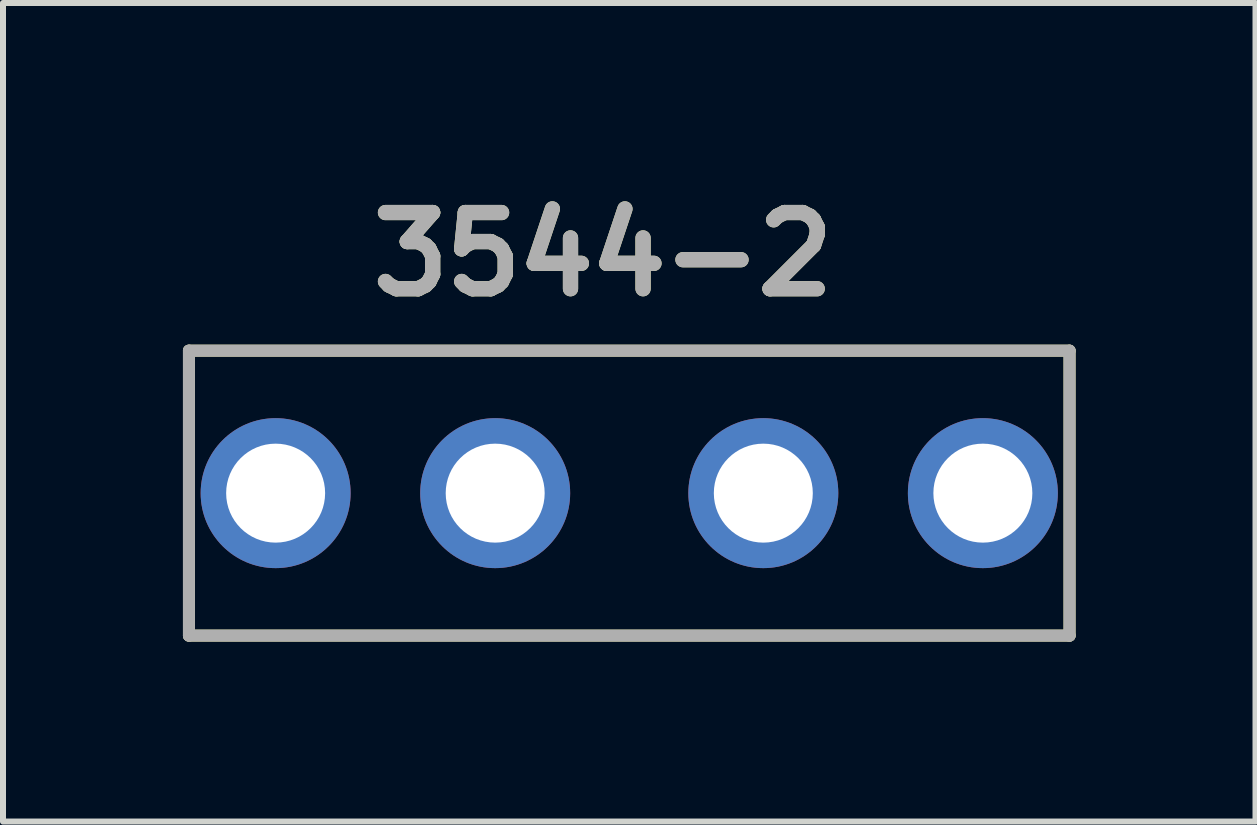
<source format=kicad_pcb>
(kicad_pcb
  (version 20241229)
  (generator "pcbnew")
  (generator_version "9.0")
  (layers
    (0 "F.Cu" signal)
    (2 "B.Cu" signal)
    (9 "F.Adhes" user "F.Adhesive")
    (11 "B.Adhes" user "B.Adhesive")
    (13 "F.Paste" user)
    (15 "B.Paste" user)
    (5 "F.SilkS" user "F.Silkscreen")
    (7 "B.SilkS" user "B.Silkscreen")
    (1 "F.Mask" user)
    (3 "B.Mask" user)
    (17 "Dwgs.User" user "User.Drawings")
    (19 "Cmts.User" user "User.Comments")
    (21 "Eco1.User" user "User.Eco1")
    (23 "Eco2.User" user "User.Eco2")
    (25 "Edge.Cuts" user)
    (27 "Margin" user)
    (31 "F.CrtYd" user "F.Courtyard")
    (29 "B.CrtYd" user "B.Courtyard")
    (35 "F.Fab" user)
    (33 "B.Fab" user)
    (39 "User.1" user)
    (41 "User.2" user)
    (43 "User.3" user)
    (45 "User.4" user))
  (footprint "3544-2"
    (layer "F.Cu")
    (at 7.44 5.171)
    (property "Reference" "3544-2" (at -0.435 -3.982 0) (layer "F.SilkS") (effects (font (size 1.27 1.27) (thickness 0.254))))
    (attr through_hole)
    (fp_line (start -7.34 -2.375) (end -7.34 2.375) (stroke (width 0.2) (type solid)) (layer "F.SilkS"))
    (fp_line (start -7.34 2.375) (end 7.34 2.375) (stroke (width 0.2) (type solid)) (layer "F.SilkS"))
    (fp_line (start 7.34 -2.375) (end -7.34 -2.375) (stroke (width 0.2) (type solid)) (layer "F.SilkS"))
    (fp_line (start 7.34 2.375) (end 7.34 -2.375) (stroke (width 0.2) (type solid)) (layer "F.SilkS"))
    (fp_line (start -7.34 -2.375) (end 7.34 -2.375) (stroke (width 0.2) (type solid)) (layer "F.Fab"))
    (fp_line (start -7.34 2.375) (end -7.34 -2.375) (stroke (width 0.2) (type solid)) (layer "F.Fab"))
    (fp_line (start 7.34 -2.375) (end 7.34 2.375) (stroke (width 0.2) (type solid)) (layer "F.Fab"))
    (fp_line (start 7.34 2.375) (end -7.34 2.375) (stroke (width 0.2) (type solid)) (layer "F.Fab"))
    (fp_text user "${REFERENCE}" (at -0.435 -3.982 0) (layer "F.Fab") (effects (font (size 1.27 1.27) (thickness 0.254))))
    (pad "1" thru_hole circle (at -5.895 0) (size 2.5 2.5) (drill 1.65) (layers "*.Cu" "*.Mask"))
    (pad "2" thru_hole circle (at -2.235 0) (size 2.5 2.5) (drill 1.65) (layers "*.Cu" "*.Mask"))
    (pad "3" thru_hole circle (at 2.235 0) (size 2.5 2.5) (drill 1.65) (layers "*.Cu" "*.Mask"))
    (pad "4" thru_hole circle (at 5.895 0) (size 2.5 2.5) (drill 1.65) (layers "*.Cu" "*.Mask")))
  (gr_rect
    (start -3 -3)
    (end 17.88 10.646)
    (stroke (width 0.1) (type default))
    (fill no)
    (layer "Edge.Cuts")))
</source>
